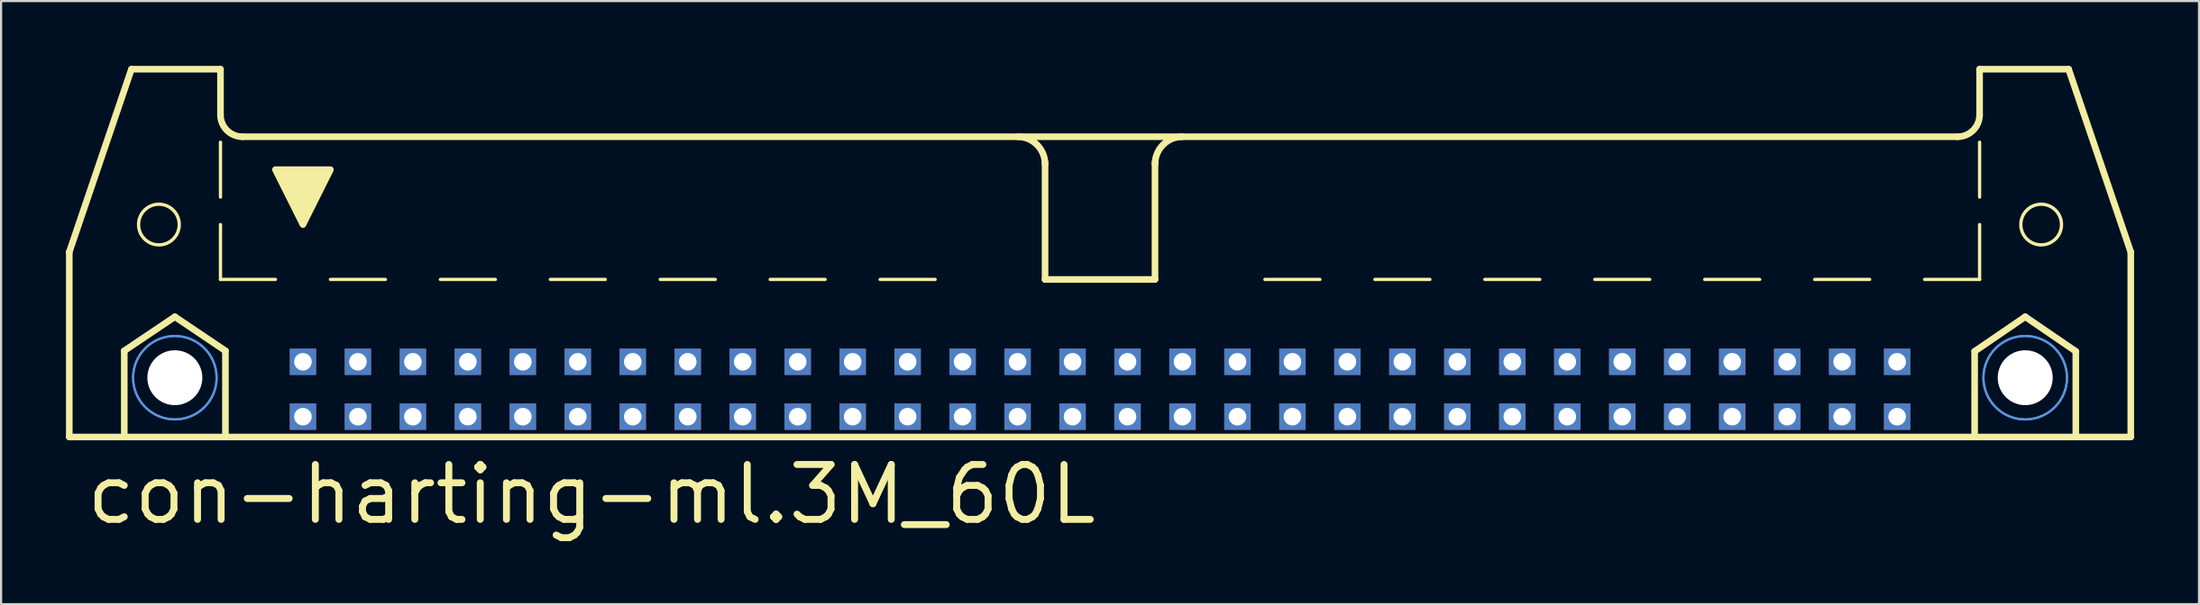
<source format=kicad_pcb>
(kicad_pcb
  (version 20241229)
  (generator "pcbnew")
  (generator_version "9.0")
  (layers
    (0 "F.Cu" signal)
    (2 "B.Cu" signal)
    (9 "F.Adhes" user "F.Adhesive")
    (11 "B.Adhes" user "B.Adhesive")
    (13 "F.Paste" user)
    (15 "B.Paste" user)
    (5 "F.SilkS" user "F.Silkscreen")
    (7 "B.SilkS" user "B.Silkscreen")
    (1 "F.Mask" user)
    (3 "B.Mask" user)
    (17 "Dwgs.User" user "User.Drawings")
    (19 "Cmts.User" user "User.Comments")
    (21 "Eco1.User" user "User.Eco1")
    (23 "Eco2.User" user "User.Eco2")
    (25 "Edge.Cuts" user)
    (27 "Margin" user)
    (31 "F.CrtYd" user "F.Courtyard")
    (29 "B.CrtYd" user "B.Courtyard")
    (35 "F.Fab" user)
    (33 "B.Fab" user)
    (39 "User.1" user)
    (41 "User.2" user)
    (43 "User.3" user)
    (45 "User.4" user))
  (footprint "con-harting-ml.3M_60L"
    (layer "F.Cu")
    (at 47.777 11.151)
    (property "Reference" "con-harting-ml.3M_60L" (at -46.99 10.16 0) (layer "F.SilkS") (effects (font (size 2.54 2.54) (thickness 0.32)) (justify left bottom)))
    (attr through_hole)
    (fp_line (start -47.625 -2.54) (end -47.625 6.02) (stroke (width 0.305) (type default)) (layer "F.SilkS"))
    (fp_line (start -47.625 -2.54) (end -44.755 -10.998) (stroke (width 0.305) (type default)) (layer "F.SilkS"))
    (fp_line (start -47.625 6.02) (end -45.085 6.02) (stroke (width 0.305) (type default)) (layer "F.SilkS"))
    (fp_line (start -45.085 2.032) (end -42.748 0.457) (stroke (width 0.305) (type default)) (layer "F.SilkS"))
    (fp_line (start -45.085 6.02) (end -45.085 2.032) (stroke (width 0.305) (type default)) (layer "F.SilkS"))
    (fp_line (start -45.085 6.02) (end -40.411 6.02) (stroke (width 0.305) (type default)) (layer "F.SilkS"))
    (fp_line (start -42.748 0.457) (end -40.411 2.032) (stroke (width 0.305) (type default)) (layer "F.SilkS"))
    (fp_line (start -40.64 -10.998) (end -44.755 -10.998) (stroke (width 0.305) (type default)) (layer "F.SilkS"))
    (fp_line (start -40.64 -8.89) (end -40.64 -10.998) (stroke (width 0.305) (type default)) (layer "F.SilkS"))
    (fp_line (start -40.64 -5.08) (end -40.64 -7.62) (stroke (width 0.152) (type default)) (layer "F.SilkS"))
    (fp_line (start -40.64 -1.27) (end -40.64 -3.81) (stroke (width 0.152) (type default)) (layer "F.SilkS"))
    (fp_line (start -40.64 -1.27) (end -38.1 -1.27) (stroke (width 0.152) (type default)) (layer "F.SilkS"))
    (fp_line (start -40.411 2.032) (end -40.411 6.02) (stroke (width 0.305) (type default)) (layer "F.SilkS"))
    (fp_line (start -40.411 6.02) (end 40.411 6.02) (stroke (width 0.305) (type default)) (layer "F.SilkS"))
    (fp_line (start -39.624 -7.874) (end 39.624 -7.874) (stroke (width 0.305) (type default)) (layer "F.SilkS"))
    (fp_line (start -35.56 -1.27) (end -33.02 -1.27) (stroke (width 0.152) (type default)) (layer "F.SilkS"))
    (fp_line (start -30.48 -1.27) (end -27.94 -1.27) (stroke (width 0.152) (type default)) (layer "F.SilkS"))
    (fp_line (start -25.4 -1.27) (end -22.86 -1.27) (stroke (width 0.152) (type default)) (layer "F.SilkS"))
    (fp_line (start -20.32 -1.27) (end -17.78 -1.27) (stroke (width 0.152) (type default)) (layer "F.SilkS"))
    (fp_line (start -12.7 -1.27) (end -15.24 -1.27) (stroke (width 0.152) (type default)) (layer "F.SilkS"))
    (fp_line (start -7.62 -1.27) (end -10.16 -1.27) (stroke (width 0.152) (type default)) (layer "F.SilkS"))
    (fp_line (start -2.54 -1.27) (end -2.54 -6.68) (stroke (width 0.305) (type default)) (layer "F.SilkS"))
    (fp_line (start 2.54 -1.27) (end -2.54 -1.27) (stroke (width 0.305) (type default)) (layer "F.SilkS"))
    (fp_line (start 2.54 -1.27) (end 2.54 -6.68) (stroke (width 0.305) (type default)) (layer "F.SilkS"))
    (fp_line (start 7.62 -1.27) (end 10.16 -1.27) (stroke (width 0.152) (type default)) (layer "F.SilkS"))
    (fp_line (start 12.7 -1.27) (end 15.24 -1.27) (stroke (width 0.152) (type default)) (layer "F.SilkS"))
    (fp_line (start 20.32 -1.27) (end 17.78 -1.27) (stroke (width 0.152) (type default)) (layer "F.SilkS"))
    (fp_line (start 25.4 -1.27) (end 22.86 -1.27) (stroke (width 0.152) (type default)) (layer "F.SilkS"))
    (fp_line (start 30.48 -1.27) (end 27.94 -1.27) (stroke (width 0.152) (type default)) (layer "F.SilkS"))
    (fp_line (start 35.56 -1.27) (end 33.02 -1.27) (stroke (width 0.152) (type default)) (layer "F.SilkS"))
    (fp_line (start 40.411 2.057) (end 42.748 0.457) (stroke (width 0.305) (type default)) (layer "F.SilkS"))
    (fp_line (start 40.411 6.02) (end 40.411 2.057) (stroke (width 0.305) (type default)) (layer "F.SilkS"))
    (fp_line (start 40.411 6.02) (end 45.085 6.02) (stroke (width 0.305) (type default)) (layer "F.SilkS"))
    (fp_line (start 40.64 -10.998) (end 44.755 -10.998) (stroke (width 0.305) (type default)) (layer "F.SilkS"))
    (fp_line (start 40.64 -8.89) (end 40.64 -10.998) (stroke (width 0.305) (type default)) (layer "F.SilkS"))
    (fp_line (start 40.64 -5.08) (end 40.64 -7.62) (stroke (width 0.152) (type default)) (layer "F.SilkS"))
    (fp_line (start 40.64 -1.27) (end 38.1 -1.27) (stroke (width 0.152) (type default)) (layer "F.SilkS"))
    (fp_line (start 40.64 -1.27) (end 40.64 -3.81) (stroke (width 0.152) (type default)) (layer "F.SilkS"))
    (fp_line (start 42.748 0.457) (end 45.085 2.057) (stroke (width 0.305) (type default)) (layer "F.SilkS"))
    (fp_line (start 45.085 2.057) (end 45.085 6.02) (stroke (width 0.305) (type default)) (layer "F.SilkS"))
    (fp_line (start 45.085 6.02) (end 47.625 6.02) (stroke (width 0.305) (type default)) (layer "F.SilkS"))
    (fp_line (start 47.625 -2.54) (end 44.755 -10.998) (stroke (width 0.305) (type default)) (layer "F.SilkS"))
    (fp_line (start 47.625 6.02) (end 47.625 -2.54) (stroke (width 0.305) (type default)) (layer "F.SilkS"))
    (fp_arc (start -39.624 -7.874) (mid -40.34242 -8.17158) (end -40.64 -8.89) (stroke (width 0.3048) (type default)) (layer "F.SilkS"))
    (fp_arc (start -3.81 -7.874) (mid -2.911974 -7.502026) (end -2.54 -6.604) (stroke (width 0.3048) (type default)) (layer "F.SilkS"))
    (fp_arc (start 2.54 -6.604) (mid 2.911974 -7.502026) (end 3.81 -7.874) (stroke (width 0.3048) (type default)) (layer "F.SilkS"))
    (fp_arc (start 40.64 -8.89) (mid 40.34242 -8.17158) (end 39.624 -7.874) (stroke (width 0.3048) (type default)) (layer "F.SilkS"))
    (fp_circle (center -43.485 -3.81) (end -42.545 -3.81) (stroke (width 0.152) (type default)) (fill no) (layer "F.SilkS"))
    (fp_circle (center 43.485 -3.81) (end 44.425 -3.81) (stroke (width 0.152) (type default)) (fill no) (layer "F.SilkS"))
    (fp_poly (pts (xy -38.1 -6.35) (xy -35.56 -6.35) (xy -36.83 -3.81)) (stroke (width 0.305) (type default)) (fill yes) (layer "F.SilkS"))
    (fp_circle (center -42.748 3.277) (end -40.818 3.277) (stroke (width 0.1) (type default)) (fill no) (layer "Cmts.User"))
    (fp_circle (center -42.748 3.277) (end -40.818 3.277) (stroke (width 0.1) (type default)) (fill no) (layer "Cmts.User"))
    (fp_circle (center 42.748 3.277) (end 44.679 3.277) (stroke (width 0.1) (type default)) (fill no) (layer "Cmts.User"))
    (fp_circle (center 42.748 3.277) (end 44.679 3.277) (stroke (width 0.1) (type default)) (fill no) (layer "Cmts.User"))
    (pad "" np_thru_hole circle (at -42.748 3.277) (size 2.54 2.54) (drill 2.54) (layers "*.Cu" "*.Mask"))
    (pad "" np_thru_hole circle (at 42.748 3.277) (size 2.54 2.54) (drill 2.54) (layers "*.Cu" "*.Mask"))
    (pad "1" thru_hole rect (at -36.83 5.08) (size 1.219 1.219) (drill 0.813) (layers "*.Cu" "*.Mask"))
    (pad "2" thru_hole rect (at -36.83 2.54) (size 1.219 1.219) (drill 0.813) (layers "*.Cu" "*.Mask"))
    (pad "3" thru_hole rect (at -34.29 5.08) (size 1.219 1.219) (drill 0.813) (layers "*.Cu" "*.Mask"))
    (pad "4" thru_hole rect (at -34.29 2.54) (size 1.219 1.219) (drill 0.813) (layers "*.Cu" "*.Mask"))
    (pad "5" thru_hole rect (at -31.75 5.08) (size 1.219 1.219) (drill 0.813) (layers "*.Cu" "*.Mask"))
    (pad "6" thru_hole rect (at -31.75 2.54) (size 1.219 1.219) (drill 0.813) (layers "*.Cu" "*.Mask"))
    (pad "7" thru_hole rect (at -29.21 5.08) (size 1.219 1.219) (drill 0.813) (layers "*.Cu" "*.Mask"))
    (pad "8" thru_hole rect (at -29.21 2.54) (size 1.219 1.219) (drill 0.813) (layers "*.Cu" "*.Mask"))
    (pad "9" thru_hole rect (at -26.67 5.08) (size 1.219 1.219) (drill 0.813) (layers "*.Cu" "*.Mask"))
    (pad "10" thru_hole rect (at -26.67 2.54) (size 1.219 1.219) (drill 0.813) (layers "*.Cu" "*.Mask"))
    (pad "11" thru_hole rect (at -24.13 5.08) (size 1.219 1.219) (drill 0.813) (layers "*.Cu" "*.Mask"))
    (pad "12" thru_hole rect (at -24.13 2.54) (size 1.219 1.219) (drill 0.813) (layers "*.Cu" "*.Mask"))
    (pad "13" thru_hole rect (at -21.59 5.08) (size 1.219 1.219) (drill 0.813) (layers "*.Cu" "*.Mask"))
    (pad "14" thru_hole rect (at -21.59 2.54) (size 1.219 1.219) (drill 0.813) (layers "*.Cu" "*.Mask"))
    (pad "15" thru_hole rect (at -19.05 5.08) (size 1.219 1.219) (drill 0.813) (layers "*.Cu" "*.Mask"))
    (pad "16" thru_hole rect (at -19.05 2.54) (size 1.219 1.219) (drill 0.813) (layers "*.Cu" "*.Mask"))
    (pad "17" thru_hole rect (at -16.51 5.08) (size 1.219 1.219) (drill 0.813) (layers "*.Cu" "*.Mask"))
    (pad "18" thru_hole rect (at -16.51 2.54) (size 1.219 1.219) (drill 0.813) (layers "*.Cu" "*.Mask"))
    (pad "19" thru_hole rect (at -13.97 5.08) (size 1.219 1.219) (drill 0.813) (layers "*.Cu" "*.Mask"))
    (pad "20" thru_hole rect (at -13.97 2.54) (size 1.219 1.219) (drill 0.813) (layers "*.Cu" "*.Mask"))
    (pad "21" thru_hole rect (at -11.43 5.08) (size 1.219 1.219) (drill 0.813) (layers "*.Cu" "*.Mask"))
    (pad "22" thru_hole rect (at -11.43 2.54) (size 1.219 1.219) (drill 0.813) (layers "*.Cu" "*.Mask"))
    (pad "23" thru_hole rect (at -8.89 5.08) (size 1.219 1.219) (drill 0.813) (layers "*.Cu" "*.Mask"))
    (pad "24" thru_hole rect (at -8.89 2.54) (size 1.219 1.219) (drill 0.813) (layers "*.Cu" "*.Mask"))
    (pad "25" thru_hole rect (at -6.35 5.08) (size 1.219 1.219) (drill 0.813) (layers "*.Cu" "*.Mask"))
    (pad "26" thru_hole rect (at -6.35 2.54) (size 1.219 1.219) (drill 0.813) (layers "*.Cu" "*.Mask"))
    (pad "27" thru_hole rect (at -3.81 5.08) (size 1.219 1.219) (drill 0.813) (layers "*.Cu" "*.Mask"))
    (pad "28" thru_hole rect (at -3.81 2.54) (size 1.219 1.219) (drill 0.813) (layers "*.Cu" "*.Mask"))
    (pad "29" thru_hole rect (at -1.27 5.08) (size 1.219 1.219) (drill 0.813) (layers "*.Cu" "*.Mask"))
    (pad "30" thru_hole rect (at -1.27 2.54) (size 1.219 1.219) (drill 0.813) (layers "*.Cu" "*.Mask"))
    (pad "31" thru_hole rect (at 1.27 5.08) (size 1.219 1.219) (drill 0.813) (layers "*.Cu" "*.Mask"))
    (pad "32" thru_hole rect (at 1.27 2.54) (size 1.219 1.219) (drill 0.813) (layers "*.Cu" "*.Mask"))
    (pad "33" thru_hole rect (at 3.81 5.08) (size 1.219 1.219) (drill 0.813) (layers "*.Cu" "*.Mask"))
    (pad "34" thru_hole rect (at 3.81 2.54) (size 1.219 1.219) (drill 0.813) (layers "*.Cu" "*.Mask"))
    (pad "35" thru_hole rect (at 6.35 5.08) (size 1.219 1.219) (drill 0.813) (layers "*.Cu" "*.Mask"))
    (pad "36" thru_hole rect (at 6.35 2.54) (size 1.219 1.219) (drill 0.813) (layers "*.Cu" "*.Mask"))
    (pad "37" thru_hole rect (at 8.89 5.08) (size 1.219 1.219) (drill 0.813) (layers "*.Cu" "*.Mask"))
    (pad "38" thru_hole rect (at 8.89 2.54) (size 1.219 1.219) (drill 0.813) (layers "*.Cu" "*.Mask"))
    (pad "39" thru_hole rect (at 11.43 5.08) (size 1.219 1.219) (drill 0.813) (layers "*.Cu" "*.Mask"))
    (pad "40" thru_hole rect (at 11.43 2.54) (size 1.219 1.219) (drill 0.813) (layers "*.Cu" "*.Mask"))
    (pad "41" thru_hole rect (at 13.97 5.08) (size 1.219 1.219) (drill 0.813) (layers "*.Cu" "*.Mask"))
    (pad "42" thru_hole rect (at 13.97 2.54) (size 1.219 1.219) (drill 0.813) (layers "*.Cu" "*.Mask"))
    (pad "43" thru_hole rect (at 16.51 5.08) (size 1.219 1.219) (drill 0.813) (layers "*.Cu" "*.Mask"))
    (pad "44" thru_hole rect (at 16.51 2.54) (size 1.219 1.219) (drill 0.813) (layers "*.Cu" "*.Mask"))
    (pad "45" thru_hole rect (at 19.05 5.08) (size 1.219 1.219) (drill 0.813) (layers "*.Cu" "*.Mask"))
    (pad "46" thru_hole rect (at 19.05 2.54) (size 1.219 1.219) (drill 0.813) (layers "*.Cu" "*.Mask"))
    (pad "47" thru_hole rect (at 21.59 5.08) (size 1.219 1.219) (drill 0.813) (layers "*.Cu" "*.Mask"))
    (pad "48" thru_hole rect (at 21.59 2.54) (size 1.219 1.219) (drill 0.813) (layers "*.Cu" "*.Mask"))
    (pad "49" thru_hole rect (at 24.13 5.08) (size 1.219 1.219) (drill 0.813) (layers "*.Cu" "*.Mask"))
    (pad "50" thru_hole rect (at 24.13 2.54) (size 1.219 1.219) (drill 0.813) (layers "*.Cu" "*.Mask"))
    (pad "51" thru_hole rect (at 26.67 5.08) (size 1.219 1.219) (drill 0.813) (layers "*.Cu" "*.Mask"))
    (pad "52" thru_hole rect (at 26.67 2.54) (size 1.219 1.219) (drill 0.813) (layers "*.Cu" "*.Mask"))
    (pad "53" thru_hole rect (at 29.21 5.08) (size 1.219 1.219) (drill 0.813) (layers "*.Cu" "*.Mask"))
    (pad "54" thru_hole rect (at 29.21 2.54) (size 1.219 1.219) (drill 0.813) (layers "*.Cu" "*.Mask"))
    (pad "55" thru_hole rect (at 31.75 5.08) (size 1.219 1.219) (drill 0.813) (layers "*.Cu" "*.Mask"))
    (pad "56" thru_hole rect (at 31.75 2.54) (size 1.219 1.219) (drill 0.813) (layers "*.Cu" "*.Mask"))
    (pad "57" thru_hole rect (at 34.29 5.08) (size 1.219 1.219) (drill 0.813) (layers "*.Cu" "*.Mask"))
    (pad "58" thru_hole rect (at 34.29 2.54) (size 1.219 1.219) (drill 0.813) (layers "*.Cu" "*.Mask"))
    (pad "59" thru_hole rect (at 36.83 5.08) (size 1.219 1.219) (drill 0.813) (layers "*.Cu" "*.Mask"))
    (pad "60" thru_hole rect (at 36.83 2.54) (size 1.219 1.219) (drill 0.813) (layers "*.Cu" "*.Mask")))
  (gr_rect
    (start -3 -3)
    (end 98.555 24.906)
    (stroke (width 0.1) (type default))
    (fill no)
    (layer "Edge.Cuts")))
</source>
